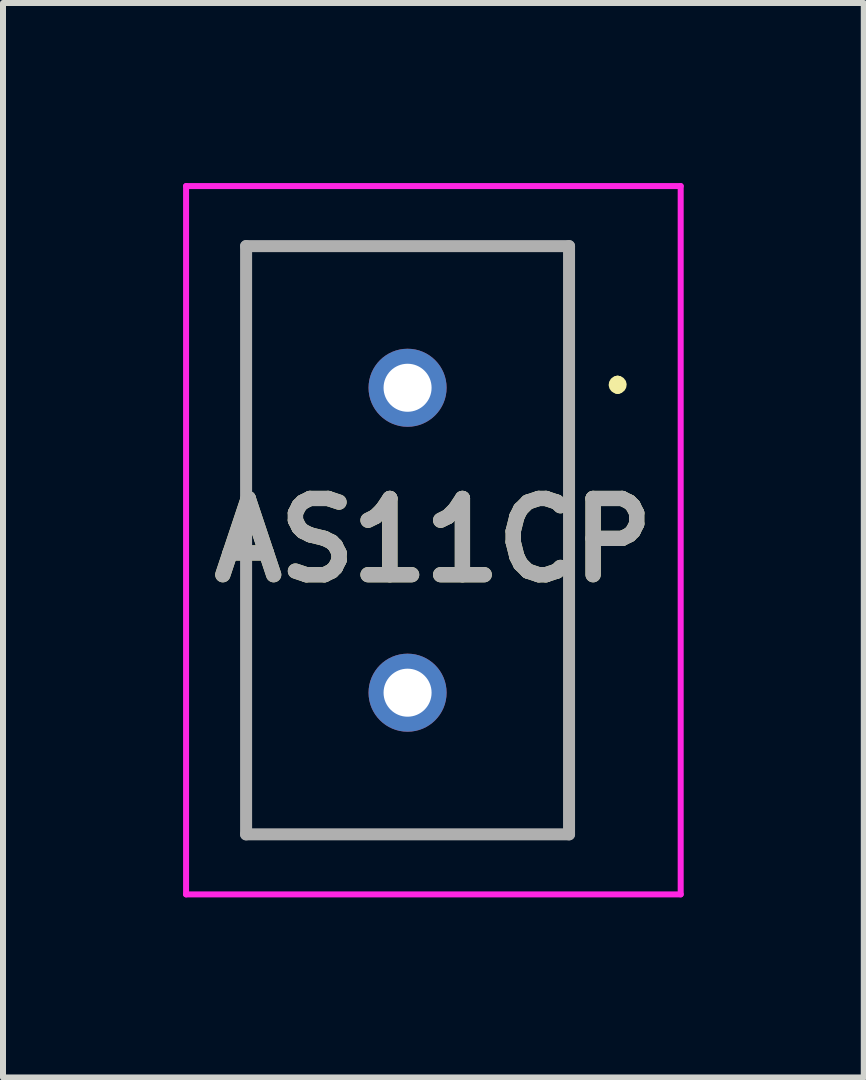
<source format=kicad_pcb>
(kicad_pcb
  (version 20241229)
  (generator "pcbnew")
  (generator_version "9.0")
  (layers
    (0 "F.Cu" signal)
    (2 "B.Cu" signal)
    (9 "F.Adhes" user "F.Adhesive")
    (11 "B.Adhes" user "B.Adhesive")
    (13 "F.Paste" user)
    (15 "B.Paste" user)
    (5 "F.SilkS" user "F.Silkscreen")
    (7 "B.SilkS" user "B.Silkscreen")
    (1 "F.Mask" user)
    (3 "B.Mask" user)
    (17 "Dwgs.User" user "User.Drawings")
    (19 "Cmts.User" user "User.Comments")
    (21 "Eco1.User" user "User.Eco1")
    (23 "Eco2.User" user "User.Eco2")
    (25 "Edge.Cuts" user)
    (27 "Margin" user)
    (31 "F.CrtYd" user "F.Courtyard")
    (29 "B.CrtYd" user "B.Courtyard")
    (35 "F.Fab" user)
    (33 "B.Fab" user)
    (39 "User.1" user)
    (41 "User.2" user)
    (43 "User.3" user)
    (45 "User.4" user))
  (footprint "AS11CP"
    (layer "F.Cu")
    (at 3.74 3.41)
    (property "Reference" "AS11CP" (at 0.43 2.54 0) (layer "F.SilkS") (effects (font (size 1.27 1.27) (thickness 0.254))))
    (attr through_hole)
    (fp_line (start -2.69 -2.36) (end 2.69 -2.36) (stroke (width 0.1) (type solid)) (layer "F.SilkS"))
    (fp_line (start -2.69 7.44) (end -2.69 -2.36) (stroke (width 0.1) (type solid)) (layer "F.SilkS"))
    (fp_line (start 2.69 -2.36) (end 2.69 7.44) (stroke (width 0.1) (type solid)) (layer "F.SilkS"))
    (fp_line (start 2.69 7.44) (end -2.69 7.44) (stroke (width 0.1) (type solid)) (layer "F.SilkS"))
    (fp_line (start 3.5 -0.1) (end 3.5 -0.1) (stroke (width 0.2) (type solid)) (layer "F.SilkS"))
    (fp_line (start 3.5 0) (end 3.5 0) (stroke (width 0.2) (type solid)) (layer "F.SilkS"))
    (fp_arc (start 3.5 -0.1) (mid 3.55 -0.05) (end 3.5 0) (stroke (width 0.2) (type solid)) (layer "F.SilkS"))
    (fp_arc (start 3.5 0) (mid 3.45 -0.05) (end 3.5 -0.1) (stroke (width 0.2) (type solid)) (layer "F.SilkS"))
    (fp_line (start -3.69 -3.36) (end 4.55 -3.36) (stroke (width 0.1) (type solid)) (layer "F.CrtYd"))
    (fp_line (start -3.69 8.44) (end -3.69 -3.36) (stroke (width 0.1) (type solid)) (layer "F.CrtYd"))
    (fp_line (start 4.55 -3.36) (end 4.55 8.44) (stroke (width 0.1) (type solid)) (layer "F.CrtYd"))
    (fp_line (start 4.55 8.44) (end -3.69 8.44) (stroke (width 0.1) (type solid)) (layer "F.CrtYd"))
    (fp_line (start -2.69 -2.36) (end 2.69 -2.36) (stroke (width 0.2) (type solid)) (layer "F.Fab"))
    (fp_line (start -2.69 7.44) (end -2.69 -2.36) (stroke (width 0.2) (type solid)) (layer "F.Fab"))
    (fp_line (start 2.69 -2.36) (end 2.69 7.44) (stroke (width 0.2) (type solid)) (layer "F.Fab"))
    (fp_line (start 2.69 7.44) (end -2.69 7.44) (stroke (width 0.2) (type solid)) (layer "F.Fab"))
    (fp_text user "${REFERENCE}" (at 0.43 2.54 0) (layer "F.Fab") (effects (font (size 1.27 1.27) (thickness 0.254))))
    (pad "1" thru_hole circle (at 0 0) (size 1.3 1.3) (drill 0.8) (layers "*.Cu" "*.Mask"))
    (pad "3" thru_hole circle (at 0 5.08) (size 1.3 1.3) (drill 0.8) (layers "*.Cu" "*.Mask")))
  (gr_rect
    (start -3 -3)
    (end 11.34 14.9)
    (stroke (width 0.1) (type default))
    (fill no)
    (layer "Edge.Cuts")))
</source>
